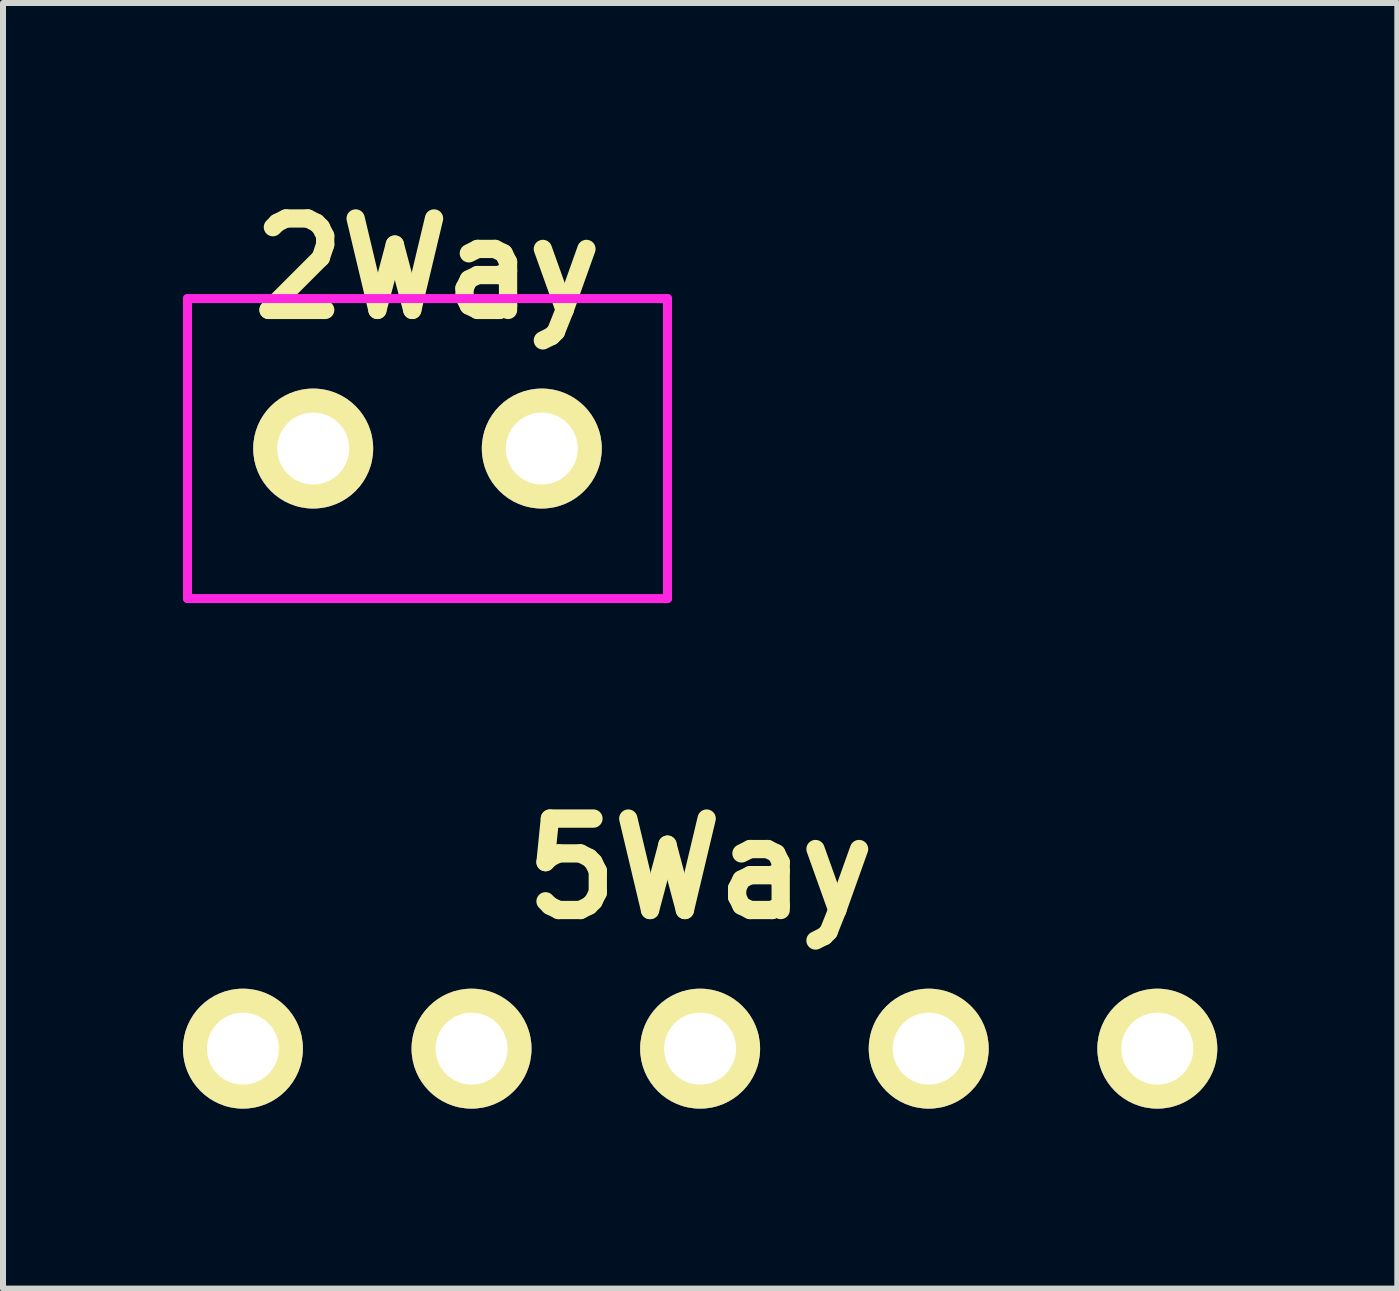
<source format=kicad_pcb>
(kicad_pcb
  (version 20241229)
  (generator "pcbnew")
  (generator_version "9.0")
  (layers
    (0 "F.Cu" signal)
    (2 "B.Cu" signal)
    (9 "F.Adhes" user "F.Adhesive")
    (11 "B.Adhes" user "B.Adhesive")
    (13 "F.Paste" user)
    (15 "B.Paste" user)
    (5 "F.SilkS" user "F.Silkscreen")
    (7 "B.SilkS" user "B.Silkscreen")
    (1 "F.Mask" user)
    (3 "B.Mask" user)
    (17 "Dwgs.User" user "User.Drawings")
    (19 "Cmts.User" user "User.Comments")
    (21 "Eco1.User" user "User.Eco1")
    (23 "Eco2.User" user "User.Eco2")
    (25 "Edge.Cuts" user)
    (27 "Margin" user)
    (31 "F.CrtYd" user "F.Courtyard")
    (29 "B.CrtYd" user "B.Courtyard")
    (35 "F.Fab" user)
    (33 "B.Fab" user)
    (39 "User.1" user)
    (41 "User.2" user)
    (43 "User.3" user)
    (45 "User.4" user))
  (footprint "2Way"
    (layer "F.Cu")
    (at 4.075 4.426)
    (property "Reference" "2Way" (at 0 -3 0) (layer "F.SilkS") (effects (font (size 1.524 1.524) (thickness 0.305))))
    (attr through_hole)
    (fp_line (start -4 -2.5) (end 4 -2.5) (stroke (width 0.15) (type solid)) (layer "F.CrtYd"))
    (fp_line (start -4 2.5) (end -4 -2.5) (stroke (width 0.15) (type solid)) (layer "F.CrtYd"))
    (fp_line (start 4 -2.5) (end 4 2.5) (stroke (width 0.15) (type solid)) (layer "F.CrtYd"))
    (fp_line (start 4 2.5) (end -4 2.5) (stroke (width 0.15) (type solid)) (layer "F.CrtYd"))
    (pad "1" thru_hole circle (at -1.905 0) (size 1.999 1.999) (drill 1.199) (layers "*.Cu" "*.Mask" "F.SilkS"))
    (pad "2" thru_hole circle (at 1.905 0) (size 1.999 1.999) (drill 1.199) (layers "*.Cu" "*.Mask" "F.SilkS")))
  (footprint "5Way"
    (layer "F.Cu")
    (at 8.619 14.428)
    (property "Reference" "5Way" (at 0 -3 0) (layer "F.SilkS") (effects (font (size 1.524 1.524) (thickness 0.305))))
    (attr through_hole)
    (pad "1" thru_hole circle (at -7.62 0) (size 1.999 1.999) (drill 1.199) (layers "*.Cu" "*.Mask" "F.SilkS"))
    (pad "2" thru_hole circle (at -3.81 0) (size 1.999 1.999) (drill 1.199) (layers "*.Cu" "*.Mask" "F.SilkS"))
    (pad "3" thru_hole circle (at 0 0) (size 1.999 1.999) (drill 1.199) (layers "*.Cu" "*.Mask" "F.SilkS"))
    (pad "4" thru_hole circle (at 3.81 0) (size 1.999 1.999) (drill 1.199) (layers "*.Cu" "*.Mask" "F.SilkS"))
    (pad "5" thru_hole circle (at 7.62 0) (size 1.999 1.999) (drill 1.199) (layers "*.Cu" "*.Mask" "F.SilkS")))
  (gr_rect
    (start -3 -3)
    (end 20.239 18.427)
    (stroke (width 0.1) (type default))
    (fill no)
    (layer "Edge.Cuts")))
</source>
